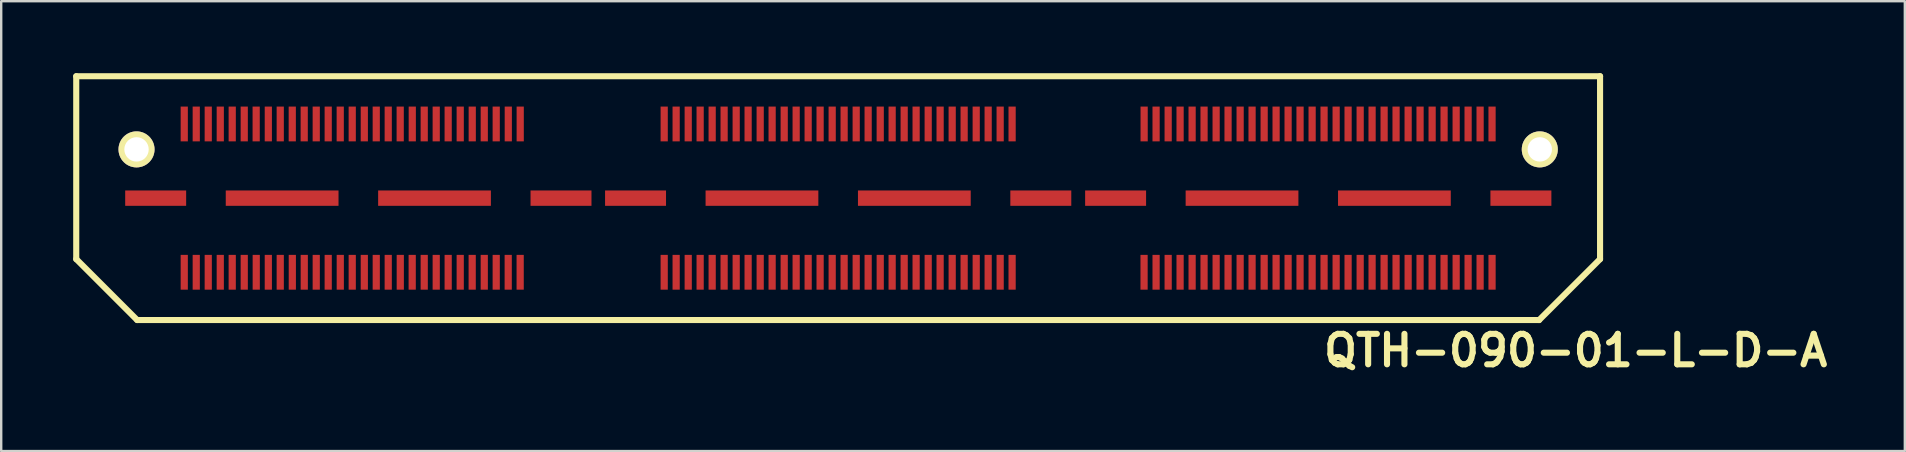
<source format=kicad_pcb>
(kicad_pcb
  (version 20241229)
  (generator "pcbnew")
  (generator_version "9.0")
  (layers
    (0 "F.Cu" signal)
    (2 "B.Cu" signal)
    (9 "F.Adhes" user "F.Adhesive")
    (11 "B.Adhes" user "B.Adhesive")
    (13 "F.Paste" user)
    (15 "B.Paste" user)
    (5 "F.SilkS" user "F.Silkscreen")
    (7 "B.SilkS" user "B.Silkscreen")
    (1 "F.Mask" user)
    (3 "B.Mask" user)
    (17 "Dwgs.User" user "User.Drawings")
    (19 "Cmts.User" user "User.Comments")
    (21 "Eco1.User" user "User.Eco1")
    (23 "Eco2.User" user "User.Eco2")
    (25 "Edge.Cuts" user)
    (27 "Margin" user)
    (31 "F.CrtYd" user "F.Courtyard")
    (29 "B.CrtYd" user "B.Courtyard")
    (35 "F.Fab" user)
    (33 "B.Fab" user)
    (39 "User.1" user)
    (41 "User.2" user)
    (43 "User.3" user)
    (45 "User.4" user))
  (footprint "QTH-090-01-L-D-A"
    (layer "F.Cu")
    (at 31.877 5.207)
    (property "Reference" "QTH-090-01-L-D-A" (at 30.734 6.35 0) (layer "F.SilkS") (effects (font (size 1.27 1.27) (thickness 0.254))))
    (attr smd)
    (fp_line (start -31.75 -5.08) (end 31.75 -5.08) (stroke (width 0.254) (type solid)) (layer "F.SilkS"))
    (fp_line (start -31.75 2.54) (end -31.75 -5.08) (stroke (width 0.254) (type solid)) (layer "F.SilkS"))
    (fp_line (start -29.21 5.08) (end -31.75 2.54) (stroke (width 0.254) (type solid)) (layer "F.SilkS"))
    (fp_line (start -29.21 5.08) (end 29.21 5.08) (stroke (width 0.254) (type solid)) (layer "F.SilkS"))
    (fp_line (start 29.21 5.08) (end 31.75 2.54) (stroke (width 0.254) (type solid)) (layer "F.SilkS"))
    (fp_line (start 31.75 2.54) (end 31.75 -5.08) (stroke (width 0.254) (type solid)) (layer "F.SilkS"))
    (pad "" np_thru_hole circle (at -29.238 -2.032) (size 1.501 1.501) (drill 1.016) (layers "*.Cu" "*.Mask" "F.SilkS"))
    (pad "" smd rect (at -26.249 -3.091) (size 0.3 1.45) (layers "F.Cu" "F.Mask" "F.Paste"))
    (pad "" smd rect (at -26.249 3.089) (size 0.3 1.45) (layers "F.Cu" "F.Mask" "F.Paste"))
    (pad "" smd rect (at -24.749 -3.091) (size 0.3 1.45) (layers "F.Cu" "F.Mask" "F.Paste"))
    (pad "" smd rect (at -24.749 3.089) (size 0.3 1.45) (layers "F.Cu" "F.Mask" "F.Paste"))
    (pad "" smd rect (at -23.249 -3.091) (size 0.3 1.45) (layers "F.Cu" "F.Mask" "F.Paste"))
    (pad "" smd rect (at -23.249 3.089) (size 0.3 1.45) (layers "F.Cu" "F.Mask" "F.Paste"))
    (pad "" smd rect (at -21.749 -3.091) (size 0.3 1.45) (layers "F.Cu" "F.Mask" "F.Paste"))
    (pad "" smd rect (at -21.749 3.089) (size 0.3 1.45) (layers "F.Cu" "F.Mask" "F.Paste"))
    (pad "" smd rect (at -20.249 -3.091) (size 0.3 1.45) (layers "F.Cu" "F.Mask" "F.Paste"))
    (pad "" smd rect (at -20.249 3.089) (size 0.3 1.45) (layers "F.Cu" "F.Mask" "F.Paste"))
    (pad "" smd rect (at -18.749 -3.091) (size 0.3 1.45) (layers "F.Cu" "F.Mask" "F.Paste"))
    (pad "" smd rect (at -18.749 3.089) (size 0.3 1.45) (layers "F.Cu" "F.Mask" "F.Paste"))
    (pad "" smd rect (at -17.249 -3.091) (size 0.3 1.45) (layers "F.Cu" "F.Mask" "F.Paste"))
    (pad "" smd rect (at -17.249 3.089) (size 0.3 1.45) (layers "F.Cu" "F.Mask" "F.Paste"))
    (pad "" smd rect (at -15.749 -3.091) (size 0.3 1.45) (layers "F.Cu" "F.Mask" "F.Paste"))
    (pad "" smd rect (at -15.749 3.089) (size 0.3 1.45) (layers "F.Cu" "F.Mask" "F.Paste"))
    (pad "" smd rect (at -14.249 -3.091) (size 0.3 1.45) (layers "F.Cu" "F.Mask" "F.Paste"))
    (pad "" smd rect (at -14.249 3.089) (size 0.3 1.45) (layers "F.Cu" "F.Mask" "F.Paste"))
    (pad "" np_thru_hole circle (at 29.238 -2.032) (size 1.501 1.501) (drill 1.016) (layers "*.Cu" "*.Mask" "F.SilkS"))
    (pad "1" smd rect (at -27.249 -3.091) (size 0.3 1.45) (layers "F.Cu" "F.Mask" "F.Paste"))
    (pad "2" smd rect (at -27.249 3.089) (size 0.3 1.45) (layers "F.Cu" "F.Mask" "F.Paste"))
    (pad "3" smd rect (at -26.749 -3.091) (size 0.3 1.45) (layers "F.Cu" "F.Mask" "F.Paste"))
    (pad "4" smd rect (at -26.749 3.089) (size 0.3 1.45) (layers "F.Cu" "F.Mask" "F.Paste"))
    (pad "5" smd rect (at -25.748 -3.091) (size 0.3 1.45) (layers "F.Cu" "F.Mask" "F.Paste"))
    (pad "6" smd rect (at -25.748 3.089) (size 0.3 1.45) (layers "F.Cu" "F.Mask" "F.Paste"))
    (pad "7" smd rect (at -25.25 -3.091) (size 0.3 1.45) (layers "F.Cu" "F.Mask" "F.Paste"))
    (pad "8" smd rect (at -25.25 3.089) (size 0.3 1.45) (layers "F.Cu" "F.Mask" "F.Paste"))
    (pad "9" smd rect (at -24.252 -3.091) (size 0.3 1.45) (layers "F.Cu" "F.Mask" "F.Paste"))
    (pad "10" smd rect (at -24.249 3.089) (size 0.3 1.45) (layers "F.Cu" "F.Mask" "F.Paste"))
    (pad "11" smd rect (at -23.746 -3.091) (size 0.3 1.45) (layers "F.Cu" "F.Mask" "F.Paste"))
    (pad "12" smd rect (at -23.746 3.089) (size 0.3 1.45) (layers "F.Cu" "F.Mask" "F.Paste"))
    (pad "13" smd rect (at -22.748 -3.091) (size 0.3 1.45) (layers "F.Cu" "F.Mask" "F.Paste"))
    (pad "14" smd rect (at -22.746 3.089) (size 0.3 1.45) (layers "F.Cu" "F.Mask" "F.Paste"))
    (pad "15" smd rect (at -22.25 -3.091) (size 0.3 1.45) (layers "F.Cu" "F.Mask" "F.Paste"))
    (pad "16" smd rect (at -22.248 3.089) (size 0.3 1.45) (layers "F.Cu" "F.Mask" "F.Paste"))
    (pad "17" smd rect (at -21.25 -3.091) (size 0.3 1.45) (layers "F.Cu" "F.Mask" "F.Paste"))
    (pad "18" smd rect (at -21.25 3.089) (size 0.3 1.45) (layers "F.Cu" "F.Mask" "F.Paste"))
    (pad "19" smd rect (at -20.749 -3.091) (size 0.3 1.45) (layers "F.Cu" "F.Mask" "F.Paste"))
    (pad "20" smd rect (at -20.747 3.089) (size 0.3 1.45) (layers "F.Cu" "F.Mask" "F.Paste"))
    (pad "21" smd rect (at -19.746 -3.091) (size 0.3 1.45) (layers "F.Cu" "F.Mask" "F.Paste"))
    (pad "22" smd rect (at -19.746 3.089) (size 0.3 1.45) (layers "F.Cu" "F.Mask" "F.Paste"))
    (pad "23" smd rect (at -19.248 -3.091) (size 0.3 1.45) (layers "F.Cu" "F.Mask" "F.Paste"))
    (pad "24" smd rect (at -19.248 3.089) (size 0.3 1.45) (layers "F.Cu" "F.Mask" "F.Paste"))
    (pad "25" smd rect (at -18.25 -3.091) (size 0.3 1.45) (layers "F.Cu" "F.Mask" "F.Paste"))
    (pad "26" smd rect (at -18.247 3.089) (size 0.3 1.45) (layers "F.Cu" "F.Mask" "F.Paste"))
    (pad "27" smd rect (at -17.747 -3.091) (size 0.3 1.45) (layers "F.Cu" "F.Mask" "F.Paste"))
    (pad "28" smd rect (at -17.75 3.089) (size 0.3 1.45) (layers "F.Cu" "F.Mask" "F.Paste"))
    (pad "29" smd rect (at -16.749 -3.091) (size 0.3 1.45) (layers "F.Cu" "F.Mask" "F.Paste"))
    (pad "30" smd rect (at -16.749 3.089) (size 0.3 1.45) (layers "F.Cu" "F.Mask" "F.Paste"))
    (pad "31" smd rect (at -16.251 -3.091) (size 0.3 1.45) (layers "F.Cu" "F.Mask" "F.Paste"))
    (pad "32" smd rect (at -16.251 3.089) (size 0.3 1.45) (layers "F.Cu" "F.Mask" "F.Paste"))
    (pad "33" smd rect (at -15.248 -3.091) (size 0.3 1.45) (layers "F.Cu" "F.Mask" "F.Paste"))
    (pad "34" smd rect (at -15.25 3.089) (size 0.3 1.45) (layers "F.Cu" "F.Mask" "F.Paste"))
    (pad "35" smd rect (at -14.747 -3.091) (size 0.3 1.45) (layers "F.Cu" "F.Mask" "F.Paste"))
    (pad "36" smd rect (at -14.747 3.089) (size 0.3 1.45) (layers "F.Cu" "F.Mask" "F.Paste"))
    (pad "37" smd rect (at -13.746 -3.091) (size 0.3 1.45) (layers "F.Cu" "F.Mask" "F.Paste"))
    (pad "38" smd rect (at -13.749 3.089) (size 0.3 1.45) (layers "F.Cu" "F.Mask" "F.Paste"))
    (pad "39" smd rect (at -13.249 -3.091) (size 0.3 1.45) (layers "F.Cu" "F.Mask" "F.Paste"))
    (pad "40" smd rect (at -13.251 3.089) (size 0.3 1.45) (layers "F.Cu" "F.Mask" "F.Paste"))
    (pad "41" smd rect (at -7.249 -3.091) (size 0.3 1.45) (layers "F.Cu" "F.Mask" "F.Paste"))
    (pad "42" smd rect (at -7.249 3.089) (size 0.3 1.45) (layers "F.Cu" "F.Mask" "F.Paste"))
    (pad "43" smd rect (at -6.751 -3.091) (size 0.3 1.45) (layers "F.Cu" "F.Mask" "F.Paste"))
    (pad "44" smd rect (at -6.751 3.089) (size 0.3 1.45) (layers "F.Cu" "F.Mask" "F.Paste"))
    (pad "45" smd rect (at -6.248 -3.091) (size 0.3 1.45) (layers "F.Cu" "F.Mask" "F.Paste"))
    (pad "46" smd rect (at -6.248 3.089) (size 0.3 1.45) (layers "F.Cu" "F.Mask" "F.Paste"))
    (pad "47" smd rect (at -5.751 -3.091) (size 0.3 1.45) (layers "F.Cu" "F.Mask" "F.Paste"))
    (pad "48" smd rect (at -5.751 3.089) (size 0.3 1.45) (layers "F.Cu" "F.Mask" "F.Paste"))
    (pad "49" smd rect (at -5.25 -3.091) (size 0.3 1.45) (layers "F.Cu" "F.Mask" "F.Paste"))
    (pad "50" smd rect (at -5.25 3.089) (size 0.3 1.45) (layers "F.Cu" "F.Mask" "F.Paste"))
    (pad "51" smd rect (at -4.752 -3.091) (size 0.3 1.45) (layers "F.Cu" "F.Mask" "F.Paste"))
    (pad "52" smd rect (at -4.752 3.089) (size 0.3 1.45) (layers "F.Cu" "F.Mask" "F.Paste"))
    (pad "53" smd rect (at -4.249 -3.091) (size 0.3 1.45) (layers "F.Cu" "F.Mask" "F.Paste"))
    (pad "54" smd rect (at -4.249 3.089) (size 0.3 1.45) (layers "F.Cu" "F.Mask" "F.Paste"))
    (pad "55" smd rect (at -3.752 -3.091) (size 0.3 1.45) (layers "F.Cu" "F.Mask" "F.Paste"))
    (pad "56" smd rect (at -3.752 3.089) (size 0.3 1.45) (layers "F.Cu" "F.Mask" "F.Paste"))
    (pad "57" smd rect (at -3.249 -3.091) (size 0.3 1.45) (layers "F.Cu" "F.Mask" "F.Paste"))
    (pad "58" smd rect (at -3.249 3.089) (size 0.3 1.45) (layers "F.Cu" "F.Mask" "F.Paste"))
    (pad "59" smd rect (at -2.751 -3.091) (size 0.3 1.45) (layers "F.Cu" "F.Mask" "F.Paste"))
    (pad "60" smd rect (at -2.751 3.089) (size 0.3 1.45) (layers "F.Cu" "F.Mask" "F.Paste"))
    (pad "61" smd rect (at -2.248 -3.091) (size 0.3 1.45) (layers "F.Cu" "F.Mask" "F.Paste"))
    (pad "62" smd rect (at -2.248 3.089) (size 0.3 1.45) (layers "F.Cu" "F.Mask" "F.Paste"))
    (pad "63" smd rect (at -1.75 -3.091) (size 0.3 1.45) (layers "F.Cu" "F.Mask" "F.Paste"))
    (pad "64" smd rect (at -1.75 3.089) (size 0.3 1.45) (layers "F.Cu" "F.Mask" "F.Paste"))
    (pad "65" smd rect (at -1.25 -3.091) (size 0.3 1.45) (layers "F.Cu" "F.Mask" "F.Paste"))
    (pad "66" smd rect (at -1.25 3.089) (size 0.3 1.45) (layers "F.Cu" "F.Mask" "F.Paste"))
    (pad "67" smd rect (at -0.752 -3.091) (size 0.3 1.45) (layers "F.Cu" "F.Mask" "F.Paste"))
    (pad "68" smd rect (at -0.752 3.089) (size 0.3 1.45) (layers "F.Cu" "F.Mask" "F.Paste"))
    (pad "69" smd rect (at -0.249 -3.091) (size 0.3 1.45) (layers "F.Cu" "F.Mask" "F.Paste"))
    (pad "70" smd rect (at -0.249 3.089) (size 0.3 1.45) (layers "F.Cu" "F.Mask" "F.Paste"))
    (pad "71" smd rect (at 0.249 -3.091) (size 0.3 1.45) (layers "F.Cu" "F.Mask" "F.Paste"))
    (pad "72" smd rect (at 0.249 3.089) (size 0.3 1.45) (layers "F.Cu" "F.Mask" "F.Paste"))
    (pad "73" smd rect (at 0.752 -3.091) (size 0.3 1.45) (layers "F.Cu" "F.Mask" "F.Paste"))
    (pad "74" smd rect (at 0.752 3.089) (size 0.3 1.45) (layers "F.Cu" "F.Mask" "F.Paste"))
    (pad "75" smd rect (at 1.25 -3.091) (size 0.3 1.45) (layers "F.Cu" "F.Mask" "F.Paste"))
    (pad "76" smd rect (at 1.25 3.089) (size 0.3 1.45) (layers "F.Cu" "F.Mask" "F.Paste"))
    (pad "77" smd rect (at 1.753 -3.091) (size 0.3 1.45) (layers "F.Cu" "F.Mask" "F.Paste"))
    (pad "78" smd rect (at 1.753 3.089) (size 0.3 1.45) (layers "F.Cu" "F.Mask" "F.Paste"))
    (pad "79" smd rect (at 2.25 -3.091) (size 0.3 1.45) (layers "F.Cu" "F.Mask" "F.Paste"))
    (pad "80" smd rect (at 2.25 3.089) (size 0.3 1.45) (layers "F.Cu" "F.Mask" "F.Paste"))
    (pad "81" smd rect (at 2.751 -3.091) (size 0.3 1.45) (layers "F.Cu" "F.Mask" "F.Paste"))
    (pad "82" smd rect (at 2.751 3.089) (size 0.3 1.45) (layers "F.Cu" "F.Mask" "F.Paste"))
    (pad "83" smd rect (at 3.249 -3.091) (size 0.3 1.45) (layers "F.Cu" "F.Mask" "F.Paste"))
    (pad "84" smd rect (at 3.249 3.089) (size 0.3 1.45) (layers "F.Cu" "F.Mask" "F.Paste"))
    (pad "85" smd rect (at 3.752 -3.091) (size 0.3 1.45) (layers "F.Cu" "F.Mask" "F.Paste"))
    (pad "86" smd rect (at 3.752 3.089) (size 0.3 1.45) (layers "F.Cu" "F.Mask" "F.Paste"))
    (pad "87" smd rect (at 4.249 -3.091) (size 0.3 1.45) (layers "F.Cu" "F.Mask" "F.Paste"))
    (pad "88" smd rect (at 4.249 3.089) (size 0.3 1.45) (layers "F.Cu" "F.Mask" "F.Paste"))
    (pad "89" smd rect (at 4.752 -3.091) (size 0.3 1.45) (layers "F.Cu" "F.Mask" "F.Paste"))
    (pad "90" smd rect (at 4.752 3.089) (size 0.3 1.45) (layers "F.Cu" "F.Mask" "F.Paste"))
    (pad "91" smd rect (at 5.25 -3.091) (size 0.3 1.45) (layers "F.Cu" "F.Mask" "F.Paste"))
    (pad "92" smd rect (at 5.25 3.089) (size 0.3 1.45) (layers "F.Cu" "F.Mask" "F.Paste"))
    (pad "93" smd rect (at 5.753 -3.091) (size 0.3 1.45) (layers "F.Cu" "F.Mask" "F.Paste"))
    (pad "94" smd rect (at 5.753 3.089) (size 0.3 1.45) (layers "F.Cu" "F.Mask" "F.Paste"))
    (pad "95" smd rect (at 6.251 -3.091) (size 0.3 1.45) (layers "F.Cu" "F.Mask" "F.Paste"))
    (pad "96" smd rect (at 6.251 3.089) (size 0.3 1.45) (layers "F.Cu" "F.Mask" "F.Paste"))
    (pad "97" smd rect (at 6.751 -3.091) (size 0.3 1.45) (layers "F.Cu" "F.Mask" "F.Paste"))
    (pad "98" smd rect (at 6.751 3.089) (size 0.3 1.45) (layers "F.Cu" "F.Mask" "F.Paste"))
    (pad "99" smd rect (at 7.249 -3.091) (size 0.3 1.45) (layers "F.Cu" "F.Mask" "F.Paste"))
    (pad "100" smd rect (at 7.249 3.089) (size 0.3 1.45) (layers "F.Cu" "F.Mask" "F.Paste"))
    (pad "101" smd rect (at 12.751 -3.091) (size 0.3 1.45) (layers "F.Cu" "F.Mask" "F.Paste"))
    (pad "102" smd rect (at 12.748 3.089) (size 0.3 1.45) (layers "F.Cu" "F.Mask" "F.Paste"))
    (pad "103" smd rect (at 13.249 -3.091) (size 0.3 1.45) (layers "F.Cu" "F.Mask" "F.Paste"))
    (pad "104" smd rect (at 13.249 3.089) (size 0.3 1.45) (layers "F.Cu" "F.Mask" "F.Paste"))
    (pad "105" smd rect (at 13.752 -3.091) (size 0.3 1.45) (layers "F.Cu" "F.Mask" "F.Paste"))
    (pad "106" smd rect (at 13.752 3.089) (size 0.3 1.45) (layers "F.Cu" "F.Mask" "F.Paste"))
    (pad "107" smd rect (at 14.249 -3.091) (size 0.3 1.45) (layers "F.Cu" "F.Mask" "F.Paste"))
    (pad "108" smd rect (at 14.249 3.089) (size 0.3 1.45) (layers "F.Cu" "F.Mask" "F.Paste"))
    (pad "109" smd rect (at 14.75 -3.091) (size 0.3 1.45) (layers "F.Cu" "F.Mask" "F.Paste"))
    (pad "110" smd rect (at 14.75 3.089) (size 0.3 1.45) (layers "F.Cu" "F.Mask" "F.Paste"))
    (pad "111" smd rect (at 15.248 -3.091) (size 0.3 1.45) (layers "F.Cu" "F.Mask" "F.Paste"))
    (pad "112" smd rect (at 15.248 3.089) (size 0.3 1.45) (layers "F.Cu" "F.Mask" "F.Paste"))
    (pad "113" smd rect (at 15.751 -3.091) (size 0.3 1.45) (layers "F.Cu" "F.Mask" "F.Paste"))
    (pad "114" smd rect (at 15.751 3.089) (size 0.3 1.45) (layers "F.Cu" "F.Mask" "F.Paste"))
    (pad "115" smd rect (at 16.248 -3.091) (size 0.3 1.45) (layers "F.Cu" "F.Mask" "F.Paste"))
    (pad "116" smd rect (at 16.248 3.089) (size 0.3 1.45) (layers "F.Cu" "F.Mask" "F.Paste"))
    (pad "117" smd rect (at 16.751 -3.091) (size 0.3 1.45) (layers "F.Cu" "F.Mask" "F.Paste"))
    (pad "118" smd rect (at 16.751 3.089) (size 0.3 1.45) (layers "F.Cu" "F.Mask" "F.Paste"))
    (pad "119" smd rect (at 17.249 -3.091) (size 0.3 1.45) (layers "F.Cu" "F.Mask" "F.Paste"))
    (pad "120" smd rect (at 17.249 3.089) (size 0.3 1.45) (layers "F.Cu" "F.Mask" "F.Paste"))
    (pad "121" smd rect (at 17.752 -3.091) (size 0.3 1.45) (layers "F.Cu" "F.Mask" "F.Paste"))
    (pad "122" smd rect (at 17.752 3.089) (size 0.3 1.45) (layers "F.Cu" "F.Mask" "F.Paste"))
    (pad "123" smd rect (at 18.25 -3.091) (size 0.3 1.45) (layers "F.Cu" "F.Mask" "F.Paste"))
    (pad "124" smd rect (at 18.25 3.089) (size 0.3 1.45) (layers "F.Cu" "F.Mask" "F.Paste"))
    (pad "125" smd rect (at 18.75 -3.091) (size 0.3 1.45) (layers "F.Cu" "F.Mask" "F.Paste"))
    (pad "126" smd rect (at 18.75 3.089) (size 0.3 1.45) (layers "F.Cu" "F.Mask" "F.Paste"))
    (pad "127" smd rect (at 19.248 -3.091) (size 0.3 1.45) (layers "F.Cu" "F.Mask" "F.Paste"))
    (pad "128" smd rect (at 19.248 3.089) (size 0.3 1.45) (layers "F.Cu" "F.Mask" "F.Paste"))
    (pad "129" smd rect (at 19.751 -3.091) (size 0.3 1.45) (layers "F.Cu" "F.Mask" "F.Paste"))
    (pad "130" smd rect (at 19.751 3.089) (size 0.3 1.45) (layers "F.Cu" "F.Mask" "F.Paste"))
    (pad "131" smd rect (at 20.249 -3.091) (size 0.3 1.45) (layers "F.Cu" "F.Mask" "F.Paste"))
    (pad "132" smd rect (at 20.249 3.089) (size 0.3 1.45) (layers "F.Cu" "F.Mask" "F.Paste"))
    (pad "133" smd rect (at 20.752 -3.091) (size 0.3 1.45) (layers "F.Cu" "F.Mask" "F.Paste"))
    (pad "134" smd rect (at 20.752 3.089) (size 0.3 1.45) (layers "F.Cu" "F.Mask" "F.Paste"))
    (pad "135" smd rect (at 21.25 -3.091) (size 0.3 1.45) (layers "F.Cu" "F.Mask" "F.Paste"))
    (pad "136" smd rect (at 21.25 3.089) (size 0.3 1.45) (layers "F.Cu" "F.Mask" "F.Paste"))
    (pad "137" smd rect (at 21.753 -3.091) (size 0.3 1.45) (layers "F.Cu" "F.Mask" "F.Paste"))
    (pad "138" smd rect (at 21.753 3.089) (size 0.3 1.45) (layers "F.Cu" "F.Mask" "F.Paste"))
    (pad "139" smd rect (at 22.25 -3.091) (size 0.3 1.45) (layers "F.Cu" "F.Mask" "F.Paste"))
    (pad "140" smd rect (at 22.25 3.089) (size 0.3 1.45) (layers "F.Cu" "F.Mask" "F.Paste"))
    (pad "141" smd rect (at 22.751 -3.091) (size 0.3 1.45) (layers "F.Cu" "F.Mask" "F.Paste"))
    (pad "142" smd rect (at 22.751 3.089) (size 0.3 1.45) (layers "F.Cu" "F.Mask" "F.Paste"))
    (pad "143" smd rect (at 23.249 -3.091) (size 0.3 1.45) (layers "F.Cu" "F.Mask" "F.Paste"))
    (pad "144" smd rect (at 23.249 3.089) (size 0.3 1.45) (layers "F.Cu" "F.Mask" "F.Paste"))
    (pad "145" smd rect (at 23.752 -3.091) (size 0.3 1.45) (layers "F.Cu" "F.Mask" "F.Paste"))
    (pad "146" smd rect (at 23.752 3.089) (size 0.3 1.45) (layers "F.Cu" "F.Mask" "F.Paste"))
    (pad "147" smd rect (at 24.249 -3.091) (size 0.3 1.45) (layers "F.Cu" "F.Mask" "F.Paste"))
    (pad "148" smd rect (at 24.249 3.089) (size 0.3 1.45) (layers "F.Cu" "F.Mask" "F.Paste"))
    (pad "149" smd rect (at 24.752 -3.091) (size 0.3 1.45) (layers "F.Cu" "F.Mask" "F.Paste"))
    (pad "150" smd rect (at 24.752 3.089) (size 0.3 1.45) (layers "F.Cu" "F.Mask" "F.Paste"))
    (pad "151" smd rect (at 25.25 -3.091) (size 0.3 1.45) (layers "F.Cu" "F.Mask" "F.Paste"))
    (pad "152" smd rect (at 25.25 3.089) (size 0.3 1.45) (layers "F.Cu" "F.Mask" "F.Paste"))
    (pad "153" smd rect (at 25.753 -3.091) (size 0.3 1.45) (layers "F.Cu" "F.Mask" "F.Paste"))
    (pad "154" smd rect (at 25.753 3.089) (size 0.3 1.45) (layers "F.Cu" "F.Mask" "F.Paste"))
    (pad "155" smd rect (at 26.251 -3.091) (size 0.3 1.45) (layers "F.Cu" "F.Mask" "F.Paste"))
    (pad "156" smd rect (at 26.251 3.089) (size 0.3 1.45) (layers "F.Cu" "F.Mask" "F.Paste"))
    (pad "157" smd rect (at 26.751 -3.091) (size 0.3 1.45) (layers "F.Cu" "F.Mask" "F.Paste"))
    (pad "158" smd rect (at 26.751 3.089) (size 0.3 1.45) (layers "F.Cu" "F.Mask" "F.Paste"))
    (pad "159" smd rect (at 27.249 -3.091) (size 0.3 1.45) (layers "F.Cu" "F.Mask" "F.Paste"))
    (pad "160" smd rect (at 27.249 3.089) (size 0.3 1.45) (layers "F.Cu" "F.Mask" "F.Paste"))
    (pad "161" smd rect (at -28.44 0) (size 2.54 0.64) (layers "F.Cu" "F.Mask" "F.Paste"))
    (pad "162" smd rect (at -23.17 0) (size 4.699 0.64) (layers "F.Cu" "F.Mask" "F.Paste"))
    (pad "163" smd rect (at -16.82 0) (size 4.699 0.64) (layers "F.Cu" "F.Mask" "F.Paste"))
    (pad "164" smd rect (at -11.549 0) (size 2.54 0.64) (layers "F.Cu" "F.Mask" "F.Paste"))
    (pad "165" smd rect (at -8.443 0) (size 2.54 0.64) (layers "F.Cu" "F.Mask" "F.Paste"))
    (pad "166" smd rect (at -3.175 0) (size 4.699 0.64) (layers "F.Cu" "F.Mask" "F.Paste"))
    (pad "167" smd rect (at 3.175 0) (size 4.699 0.64) (layers "F.Cu" "F.Mask" "F.Paste"))
    (pad "168" smd rect (at 8.445 0) (size 2.54 0.64) (layers "F.Cu" "F.Mask" "F.Paste"))
    (pad "169" smd rect (at 11.562 0) (size 2.54 0.64) (layers "F.Cu" "F.Mask" "F.Paste"))
    (pad "170" smd rect (at 16.83 0) (size 4.699 0.64) (layers "F.Cu" "F.Mask" "F.Paste"))
    (pad "171" smd rect (at 23.18 0) (size 4.699 0.64) (layers "F.Cu" "F.Mask" "F.Paste"))
    (pad "172" smd rect (at 28.451 0) (size 2.54 0.64) (layers "F.Cu" "F.Mask" "F.Paste")))
  (gr_rect
    (start -3 -3)
    (end 76.327 15.746)
    (stroke (width 0.1) (type default))
    (fill no)
    (layer "Edge.Cuts")))
</source>
